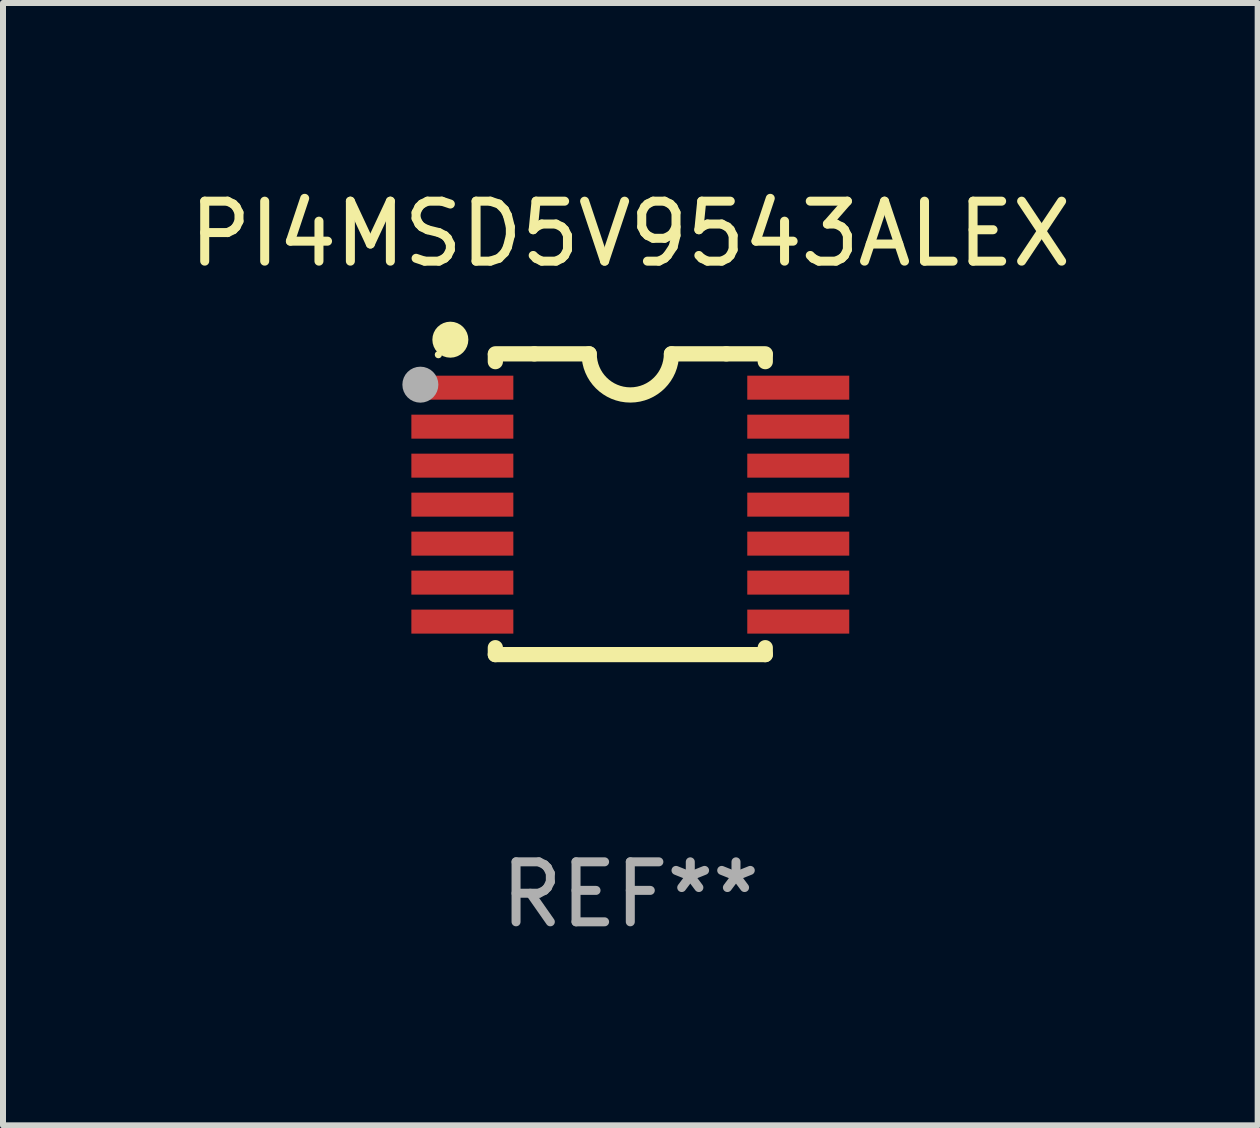
<source format=kicad_pcb>
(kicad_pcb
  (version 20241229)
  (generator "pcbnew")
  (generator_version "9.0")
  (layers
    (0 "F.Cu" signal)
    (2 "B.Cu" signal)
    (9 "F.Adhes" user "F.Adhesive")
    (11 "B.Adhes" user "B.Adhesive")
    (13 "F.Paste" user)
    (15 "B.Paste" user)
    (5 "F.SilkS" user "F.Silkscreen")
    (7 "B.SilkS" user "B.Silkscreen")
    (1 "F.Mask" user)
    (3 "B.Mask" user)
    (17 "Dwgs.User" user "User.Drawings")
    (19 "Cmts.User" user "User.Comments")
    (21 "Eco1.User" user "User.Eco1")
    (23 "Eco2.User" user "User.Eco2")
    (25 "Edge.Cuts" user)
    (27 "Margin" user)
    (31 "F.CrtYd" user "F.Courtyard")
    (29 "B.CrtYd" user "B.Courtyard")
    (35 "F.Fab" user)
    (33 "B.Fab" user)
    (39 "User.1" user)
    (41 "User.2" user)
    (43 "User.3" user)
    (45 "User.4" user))
  (footprint "PI4MSD5V9543ALEX"
    (layer "F.Cu")
    (at 7.458 5.356)
    (property "Reference" "PI4MSD5V9543ALEX" (at 0 -4.507 0) (layer "F.SilkS") (effects (font (size 1 1) (thickness 0.15))))
    (attr through_hole)
    (fp_line (start -2.25 -2.377) (end -2.25 -2.493) (stroke (width 0.254) (type solid)) (layer "F.SilkS"))
    (fp_line (start -2.25 2.507) (end -2.25 2.392) (stroke (width 0.254) (type solid)) (layer "F.SilkS"))
    (fp_line (start -1.6 -2.507) (end -2.25 -2.507) (stroke (width 0.254) (type solid)) (layer "F.SilkS"))
    (fp_line (start -1.6 -2.507) (end -0.686 -2.507) (stroke (width 0.254) (type solid)) (layer "F.SilkS"))
    (fp_line (start 0.686 -2.507) (end 1.6 -2.507) (stroke (width 0.254) (type solid)) (layer "F.SilkS"))
    (fp_line (start 1.6 -2.507) (end 2.25 -2.507) (stroke (width 0.254) (type solid)) (layer "F.SilkS"))
    (fp_line (start 2.25 -2.493) (end 2.25 -2.377) (stroke (width 0.254) (type solid)) (layer "F.SilkS"))
    (fp_line (start 2.25 2.392) (end 2.25 2.507) (stroke (width 0.254) (type solid)) (layer "F.SilkS"))
    (fp_line (start 2.25 2.507) (end -2.25 2.507) (stroke (width 0.254) (type solid)) (layer "F.SilkS"))
    (fp_arc (start 0.685852 -2.507303) (mid 0.000051 -1.821502) (end -0.68575 -2.507303) (stroke (width 0.254001) (type solid)) (layer "F.SilkS"))
    (fp_circle (center -3.2 -2.493) (end -3.17 -2.493) (stroke (width 0.06) (type solid)) (fill no) (layer "F.SilkS"))
    (fp_circle (center -3 -2.743) (end -2.85 -2.743) (stroke (width 0.3) (type solid)) (fill no) (layer "F.SilkS"))
    (fp_circle (center -3.5 -1.993) (end -3.35 -1.993) (stroke (width 0.3) (type solid)) (fill no) (layer "F.Fab"))
    (fp_text user "REF**" (at 0 6.507 0) (layer "F.Fab") (effects (font (size 1 1) (thickness 0.15))))
    (pad "1" smd rect (at -2.8 -1.943) (size 1.7 0.4) (layers "F.Cu" "F.Mask" "F.Paste"))
    (pad "2" smd rect (at -2.8 -1.293) (size 1.7 0.4) (layers "F.Cu" "F.Mask" "F.Paste"))
    (pad "3" smd rect (at -2.8 -0.643) (size 1.7 0.4) (layers "F.Cu" "F.Mask" "F.Paste"))
    (pad "4" smd rect (at -2.8 0.007) (size 1.7 0.4) (layers "F.Cu" "F.Mask" "F.Paste"))
    (pad "5" smd rect (at -2.8 0.657) (size 1.7 0.4) (layers "F.Cu" "F.Mask" "F.Paste"))
    (pad "6" smd rect (at -2.8 1.307) (size 1.7 0.4) (layers "F.Cu" "F.Mask" "F.Paste"))
    (pad "7" smd rect (at -2.8 1.957) (size 1.7 0.4) (layers "F.Cu" "F.Mask" "F.Paste"))
    (pad "8" smd rect (at 2.8 1.957) (size 1.7 0.4) (layers "F.Cu" "F.Mask" "F.Paste"))
    (pad "9" smd rect (at 2.8 1.307) (size 1.7 0.4) (layers "F.Cu" "F.Mask" "F.Paste"))
    (pad "10" smd rect (at 2.8 0.657) (size 1.7 0.4) (layers "F.Cu" "F.Mask" "F.Paste"))
    (pad "11" smd rect (at 2.8 0.007) (size 1.7 0.4) (layers "F.Cu" "F.Mask" "F.Paste"))
    (pad "12" smd rect (at 2.8 -0.643) (size 1.7 0.4) (layers "F.Cu" "F.Mask" "F.Paste"))
    (pad "13" smd rect (at 2.8 -1.293) (size 1.7 0.4) (layers "F.Cu" "F.Mask" "F.Paste"))
    (pad "14" smd rect (at 2.8 -1.943) (size 1.7 0.4) (layers "F.Cu" "F.Mask" "F.Paste")))
  (gr_rect
    (start -3 -3)
    (end 17.917 15.711)
    (stroke (width 0.1) (type default))
    (fill no)
    (layer "Edge.Cuts")))
</source>
